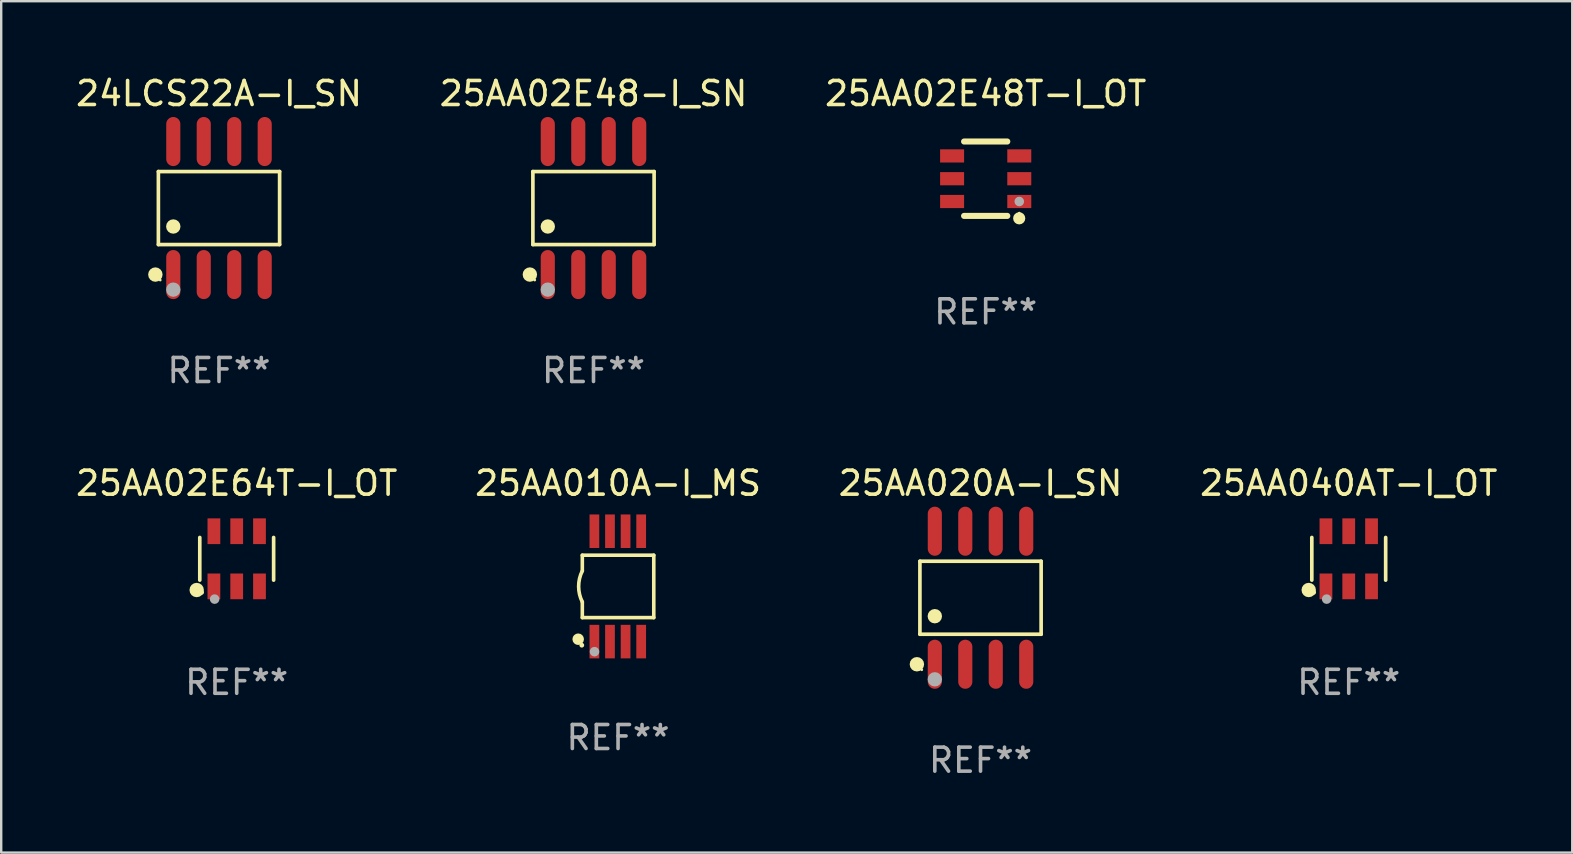
<source format=kicad_pcb>
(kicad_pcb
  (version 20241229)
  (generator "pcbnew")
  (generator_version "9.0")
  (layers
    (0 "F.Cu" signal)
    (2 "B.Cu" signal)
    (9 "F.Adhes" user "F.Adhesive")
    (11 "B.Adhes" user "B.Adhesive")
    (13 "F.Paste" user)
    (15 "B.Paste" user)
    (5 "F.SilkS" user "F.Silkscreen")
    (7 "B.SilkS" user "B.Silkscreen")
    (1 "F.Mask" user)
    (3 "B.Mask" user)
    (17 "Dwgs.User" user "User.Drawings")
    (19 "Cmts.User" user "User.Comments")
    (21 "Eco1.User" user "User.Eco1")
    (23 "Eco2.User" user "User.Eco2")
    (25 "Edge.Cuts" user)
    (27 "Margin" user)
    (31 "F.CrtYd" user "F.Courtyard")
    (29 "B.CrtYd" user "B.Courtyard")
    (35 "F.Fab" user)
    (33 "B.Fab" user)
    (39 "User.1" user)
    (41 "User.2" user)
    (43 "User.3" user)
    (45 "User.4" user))
  (footprint "24LCS22A-I_SN"
    (layer "F.Cu")
    (at 6.077 5.621)
    (property "Reference" "24LCS22A-I_SN" (at 0 -4.772 0) (layer "F.SilkS") (effects (font (size 1 1) (thickness 0.15))))
    (attr through_hole)
    (fp_line (start -2.526 -1.521) (end 2.526 -1.521) (stroke (width 0.152) (type solid)) (layer "F.SilkS"))
    (fp_line (start -2.526 1.521) (end -2.526 -1.521) (stroke (width 0.152) (type solid)) (layer "F.SilkS"))
    (fp_line (start 2.526 -1.521) (end 2.526 1.521) (stroke (width 0.152) (type solid)) (layer "F.SilkS"))
    (fp_line (start 2.526 1.521) (end -2.526 1.521) (stroke (width 0.152) (type solid)) (layer "F.SilkS"))
    (fp_circle (center -2.652 2.772) (end -2.501 2.772) (stroke (width 0.3) (type solid)) (fill no) (layer "F.SilkS"))
    (fp_circle (center -2.45 3) (end -2.42 3) (stroke (width 0.06) (type solid)) (fill no) (layer "F.SilkS"))
    (fp_circle (center -1.905 0.769) (end -1.755 0.769) (stroke (width 0.3) (type solid)) (fill no) (layer "F.SilkS"))
    (fp_circle (center -1.905 3.4) (end -1.755 3.4) (stroke (width 0.3) (type solid)) (fill no) (layer "F.Fab"))
    (fp_text user "REF**" (at 0 6.772 0) (layer "F.Fab") (effects (font (size 1 1) (thickness 0.15))))
    (pad "1" smd oval (at -1.905 2.772) (size 0.588 2.045) (layers "F.Cu" "F.Mask" "F.Paste"))
    (pad "2" smd oval (at -0.635 2.772) (size 0.588 2.045) (layers "F.Cu" "F.Mask" "F.Paste"))
    (pad "3" smd oval (at 0.635 2.772) (size 0.588 2.045) (layers "F.Cu" "F.Mask" "F.Paste"))
    (pad "4" smd oval (at 1.905 2.772) (size 0.588 2.045) (layers "F.Cu" "F.Mask" "F.Paste"))
    (pad "5" smd oval (at 1.905 -2.772) (size 0.588 2.045) (layers "F.Cu" "F.Mask" "F.Paste"))
    (pad "6" smd oval (at 0.635 -2.772) (size 0.588 2.045) (layers "F.Cu" "F.Mask" "F.Paste"))
    (pad "7" smd oval (at -0.635 -2.772) (size 0.588 2.045) (layers "F.Cu" "F.Mask" "F.Paste"))
    (pad "8" smd oval (at -1.905 -2.772) (size 0.588 2.045) (layers "F.Cu" "F.Mask" "F.Paste")))
  (footprint "25AA02E64T-I_OT"
    (layer "F.Cu")
    (at 6.815 20.239)
    (property "Reference" "25AA02E64T-I_OT" (at 0 -3.149 0) (layer "F.SilkS") (effects (font (size 1 1) (thickness 0.15))))
    (attr through_hole)
    (fp_line (start -1.539 0.889) (end -1.539 -0.889) (stroke (width 0.152) (type solid)) (layer "F.SilkS"))
    (fp_line (start 1.539 0.889) (end 1.539 -0.889) (stroke (width 0.152) (type solid)) (layer "F.SilkS"))
    (fp_circle (center -1.668 1.301) (end -1.518 1.301) (stroke (width 0.3) (type solid)) (fill no) (layer "F.SilkS"))
    (fp_circle (center -1.463 1.4) (end -1.413 1.4) (stroke (width 0.1) (type solid)) (fill no) (layer "F.SilkS"))
    (fp_circle (center -0.92 1.68) (end -0.82 1.68) (stroke (width 0.2) (type solid)) (fill no) (layer "F.Fab"))
    (fp_text user "REF**" (at 0 5.149 0) (layer "F.Fab") (effects (font (size 1 1) (thickness 0.15))))
    (pad "1" smd rect (at -0.95 1.149) (size 0.532 1.072) (layers "F.Cu" "F.Mask" "F.Paste"))
    (pad "2" smd rect (at 0 1.149) (size 0.532 1.072) (layers "F.Cu" "F.Mask" "F.Paste"))
    (pad "3" smd rect (at 0.95 1.149) (size 0.532 1.072) (layers "F.Cu" "F.Mask" "F.Paste"))
    (pad "4" smd rect (at 0.95 -1.149) (size 0.532 1.072) (layers "F.Cu" "F.Mask" "F.Paste"))
    (pad "5" smd rect (at 0 -1.149) (size 0.532 1.072) (layers "F.Cu" "F.Mask" "F.Paste"))
    (pad "6" smd rect (at -0.95 -1.149) (size 0.532 1.072) (layers "F.Cu" "F.Mask" "F.Paste")))
  (footprint "25AA02E48T-I_OT"
    (layer "F.Cu")
    (at 38.03 4.398)
    (property "Reference" "25AA02E48T-I_OT" (at 0 -3.55 0) (layer "F.SilkS") (effects (font (size 1 1) (thickness 0.15))))
    (attr through_hole)
    (fp_line (start -0.9 -1.55) (end 0.9 -1.55) (stroke (width 0.254) (type solid)) (layer "F.SilkS"))
    (fp_line (start -0.9 1.55) (end 0.9 1.55) (stroke (width 0.254) (type solid)) (layer "F.SilkS"))
    (fp_circle (center 1.397 1.651) (end 1.524 1.651) (stroke (width 0.254) (type solid)) (fill no) (layer "F.SilkS"))
    (fp_circle (center 1.4 1.435) (end 1.43 1.435) (stroke (width 0.06) (type solid)) (fill no) (layer "F.SilkS"))
    (fp_circle (center 1.4 0.95) (end 1.5 0.95) (stroke (width 0.2) (type solid)) (fill no) (layer "F.Fab"))
    (fp_text user "REF**" (at 0 5.55 0) (layer "F.Fab") (effects (font (size 1 1) (thickness 0.15))))
    (pad "1" smd rect (at 1.4 0.95) (size 1 0.55) (layers "F.Cu" "F.Mask" "F.Paste"))
    (pad "2" smd rect (at 1.4 -0.000102) (size 1 0.55) (layers "F.Cu" "F.Mask" "F.Paste"))
    (pad "3" smd rect (at 1.4 -0.95) (size 1 0.55) (layers "F.Cu" "F.Mask" "F.Paste"))
    (pad "4" smd rect (at -1.4 -0.95) (size 1 0.55) (layers "F.Cu" "F.Mask" "F.Paste"))
    (pad "5" smd rect (at -1.4 -0.000102) (size 1 0.55) (layers "F.Cu" "F.Mask" "F.Paste"))
    (pad "6" smd rect (at -1.4 0.95) (size 1 0.55) (layers "F.Cu" "F.Mask" "F.Paste")))
  (footprint "25AA02E48-I_SN"
    (layer "F.Cu")
    (at 21.685 5.621)
    (property "Reference" "25AA02E48-I_SN" (at 0 -4.772 0) (layer "F.SilkS") (effects (font (size 1 1) (thickness 0.15))))
    (attr through_hole)
    (fp_line (start -2.526 -1.521) (end 2.526 -1.521) (stroke (width 0.152) (type solid)) (layer "F.SilkS"))
    (fp_line (start -2.526 1.521) (end -2.526 -1.521) (stroke (width 0.152) (type solid)) (layer "F.SilkS"))
    (fp_line (start 2.526 -1.521) (end 2.526 1.521) (stroke (width 0.152) (type solid)) (layer "F.SilkS"))
    (fp_line (start 2.526 1.521) (end -2.526 1.521) (stroke (width 0.152) (type solid)) (layer "F.SilkS"))
    (fp_circle (center -2.652 2.772) (end -2.501 2.772) (stroke (width 0.3) (type solid)) (fill no) (layer "F.SilkS"))
    (fp_circle (center -2.45 3) (end -2.42 3) (stroke (width 0.06) (type solid)) (fill no) (layer "F.SilkS"))
    (fp_circle (center -1.905 0.769) (end -1.755 0.769) (stroke (width 0.3) (type solid)) (fill no) (layer "F.SilkS"))
    (fp_circle (center -1.905 3.4) (end -1.755 3.4) (stroke (width 0.3) (type solid)) (fill no) (layer "F.Fab"))
    (fp_text user "REF**" (at 0 6.772 0) (layer "F.Fab") (effects (font (size 1 1) (thickness 0.15))))
    (pad "1" smd oval (at -1.905 2.772) (size 0.588 2.045) (layers "F.Cu" "F.Mask" "F.Paste"))
    (pad "2" smd oval (at -0.635 2.772) (size 0.588 2.045) (layers "F.Cu" "F.Mask" "F.Paste"))
    (pad "3" smd oval (at 0.635 2.772) (size 0.588 2.045) (layers "F.Cu" "F.Mask" "F.Paste"))
    (pad "4" smd oval (at 1.905 2.772) (size 0.588 2.045) (layers "F.Cu" "F.Mask" "F.Paste"))
    (pad "5" smd oval (at 1.905 -2.772) (size 0.588 2.045) (layers "F.Cu" "F.Mask" "F.Paste"))
    (pad "6" smd oval (at 0.635 -2.772) (size 0.588 2.045) (layers "F.Cu" "F.Mask" "F.Paste"))
    (pad "7" smd oval (at -0.635 -2.772) (size 0.588 2.045) (layers "F.Cu" "F.Mask" "F.Paste"))
    (pad "8" smd oval (at -1.905 -2.772) (size 0.588 2.045) (layers "F.Cu" "F.Mask" "F.Paste")))
  (footprint "25AA020A-I_SN"
    (layer "F.Cu")
    (at 37.815 21.862)
    (property "Reference" "25AA020A-I_SN" (at 0 -4.772 0) (layer "F.SilkS") (effects (font (size 1 1) (thickness 0.15))))
    (attr through_hole)
    (fp_line (start -2.526 -1.521) (end 2.526 -1.521) (stroke (width 0.152) (type solid)) (layer "F.SilkS"))
    (fp_line (start -2.526 1.521) (end -2.526 -1.521) (stroke (width 0.152) (type solid)) (layer "F.SilkS"))
    (fp_line (start 2.526 -1.521) (end 2.526 1.521) (stroke (width 0.152) (type solid)) (layer "F.SilkS"))
    (fp_line (start 2.526 1.521) (end -2.526 1.521) (stroke (width 0.152) (type solid)) (layer "F.SilkS"))
    (fp_circle (center -2.652 2.772) (end -2.501 2.772) (stroke (width 0.3) (type solid)) (fill no) (layer "F.SilkS"))
    (fp_circle (center -2.45 3) (end -2.42 3) (stroke (width 0.06) (type solid)) (fill no) (layer "F.SilkS"))
    (fp_circle (center -1.905 0.769) (end -1.755 0.769) (stroke (width 0.3) (type solid)) (fill no) (layer "F.SilkS"))
    (fp_circle (center -1.905 3.4) (end -1.755 3.4) (stroke (width 0.3) (type solid)) (fill no) (layer "F.Fab"))
    (fp_text user "REF**" (at 0 6.772 0) (layer "F.Fab") (effects (font (size 1 1) (thickness 0.15))))
    (pad "1" smd oval (at -1.905 2.772) (size 0.588 2.045) (layers "F.Cu" "F.Mask" "F.Paste"))
    (pad "2" smd oval (at -0.635 2.772) (size 0.588 2.045) (layers "F.Cu" "F.Mask" "F.Paste"))
    (pad "3" smd oval (at 0.635 2.772) (size 0.588 2.045) (layers "F.Cu" "F.Mask" "F.Paste"))
    (pad "4" smd oval (at 1.905 2.772) (size 0.588 2.045) (layers "F.Cu" "F.Mask" "F.Paste"))
    (pad "5" smd oval (at 1.905 -2.772) (size 0.588 2.045) (layers "F.Cu" "F.Mask" "F.Paste"))
    (pad "6" smd oval (at 0.635 -2.772) (size 0.588 2.045) (layers "F.Cu" "F.Mask" "F.Paste"))
    (pad "7" smd oval (at -0.635 -2.772) (size 0.588 2.045) (layers "F.Cu" "F.Mask" "F.Paste"))
    (pad "8" smd oval (at -1.905 -2.772) (size 0.588 2.045) (layers "F.Cu" "F.Mask" "F.Paste")))
  (footprint "25AA010A-I_MS"
    (layer "F.Cu")
    (at 22.708 21.39)
    (property "Reference" "25AA010A-I_MS" (at 0 -4.3 0) (layer "F.SilkS") (effects (font (size 1 1) (thickness 0.15))))
    (attr through_hole)
    (fp_line (start -1.489 -1.3) (end -1.489 -0.648) (stroke (width 0.15) (type solid)) (layer "F.SilkS"))
    (fp_line (start -1.489 0.648) (end -1.489 1.3) (stroke (width 0.15) (type solid)) (layer "F.SilkS"))
    (fp_line (start -1.489 1.3) (end 1.489 1.3) (stroke (width 0.15) (type solid)) (layer "F.SilkS"))
    (fp_line (start 1.489 -1.3) (end -1.489 -1.3) (stroke (width 0.15) (type solid)) (layer "F.SilkS"))
    (fp_line (start 1.489 1.3) (end 1.489 -1.3) (stroke (width 0.15) (type solid)) (layer "F.SilkS"))
    (fp_arc (start -1.489205 0.647702) (mid -1.642107 0) (end -1.489205 -0.647701) (stroke (width 0.150013) (type solid)) (layer "F.SilkS"))
    (fp_circle (center -1.661 2.2) (end -1.541 2.2) (stroke (width 0.24) (type solid)) (fill no) (layer "F.SilkS"))
    (fp_circle (center -1.511 2.45) (end -1.461 2.45) (stroke (width 0.1) (type solid)) (fill no) (layer "F.SilkS"))
    (fp_circle (center -0.981 2.72) (end -0.881 2.72) (stroke (width 0.2) (type solid)) (fill no) (layer "F.Fab"))
    (fp_text user "REF**" (at 0 6.3 0) (layer "F.Fab") (effects (font (size 1 1) (thickness 0.15))))
    (pad "1" smd rect (at -0.986 2.3) (size 0.406 1.397) (layers "F.Cu" "F.Mask" "F.Paste"))
    (pad "2" smd rect (at -0.336 2.3) (size 0.406 1.397) (layers "F.Cu" "F.Mask" "F.Paste"))
    (pad "3" smd rect (at 0.314 2.3) (size 0.406 1.397) (layers "F.Cu" "F.Mask" "F.Paste"))
    (pad "4" smd rect (at 0.964 2.3) (size 0.406 1.397) (layers "F.Cu" "F.Mask" "F.Paste"))
    (pad "5" smd rect (at 0.964 -2.3) (size 0.406 1.397) (layers "F.Cu" "F.Mask" "F.Paste"))
    (pad "6" smd rect (at 0.314 -2.3) (size 0.406 1.397) (layers "F.Cu" "F.Mask" "F.Paste"))
    (pad "7" smd rect (at -0.336 -2.3) (size 0.406 1.397) (layers "F.Cu" "F.Mask" "F.Paste"))
    (pad "8" smd rect (at -0.986 -2.3) (size 0.406 1.397) (layers "F.Cu" "F.Mask" "F.Paste")))
  (footprint "25AA040AT-I_OT"
    (layer "F.Cu")
    (at 53.161 20.239)
    (property "Reference" "25AA040AT-I_OT" (at 0 -3.149 0) (layer "F.SilkS") (effects (font (size 1 1) (thickness 0.15))))
    (attr through_hole)
    (fp_line (start -1.539 0.889) (end -1.539 -0.889) (stroke (width 0.152) (type solid)) (layer "F.SilkS"))
    (fp_line (start 1.539 0.889) (end 1.539 -0.889) (stroke (width 0.152) (type solid)) (layer "F.SilkS"))
    (fp_circle (center -1.668 1.301) (end -1.518 1.301) (stroke (width 0.3) (type solid)) (fill no) (layer "F.SilkS"))
    (fp_circle (center -1.463 1.4) (end -1.413 1.4) (stroke (width 0.1) (type solid)) (fill no) (layer "F.SilkS"))
    (fp_circle (center -0.92 1.68) (end -0.82 1.68) (stroke (width 0.2) (type solid)) (fill no) (layer "F.Fab"))
    (fp_text user "REF**" (at 0 5.149 0) (layer "F.Fab") (effects (font (size 1 1) (thickness 0.15))))
    (pad "1" smd rect (at -0.95 1.149) (size 0.532 1.072) (layers "F.Cu" "F.Mask" "F.Paste"))
    (pad "2" smd rect (at 0 1.149) (size 0.532 1.072) (layers "F.Cu" "F.Mask" "F.Paste"))
    (pad "3" smd rect (at 0.95 1.149) (size 0.532 1.072) (layers "F.Cu" "F.Mask" "F.Paste"))
    (pad "4" smd rect (at 0.95 -1.149) (size 0.532 1.072) (layers "F.Cu" "F.Mask" "F.Paste"))
    (pad "5" smd rect (at 0 -1.149) (size 0.532 1.072) (layers "F.Cu" "F.Mask" "F.Paste"))
    (pad "6" smd rect (at -0.95 -1.149) (size 0.532 1.072) (layers "F.Cu" "F.Mask" "F.Paste")))
  (gr_rect
    (start -3 -3)
    (end 62.476 32.483)
    (stroke (width 0.1) (type default))
    (fill no)
    (layer "Edge.Cuts")))
</source>
